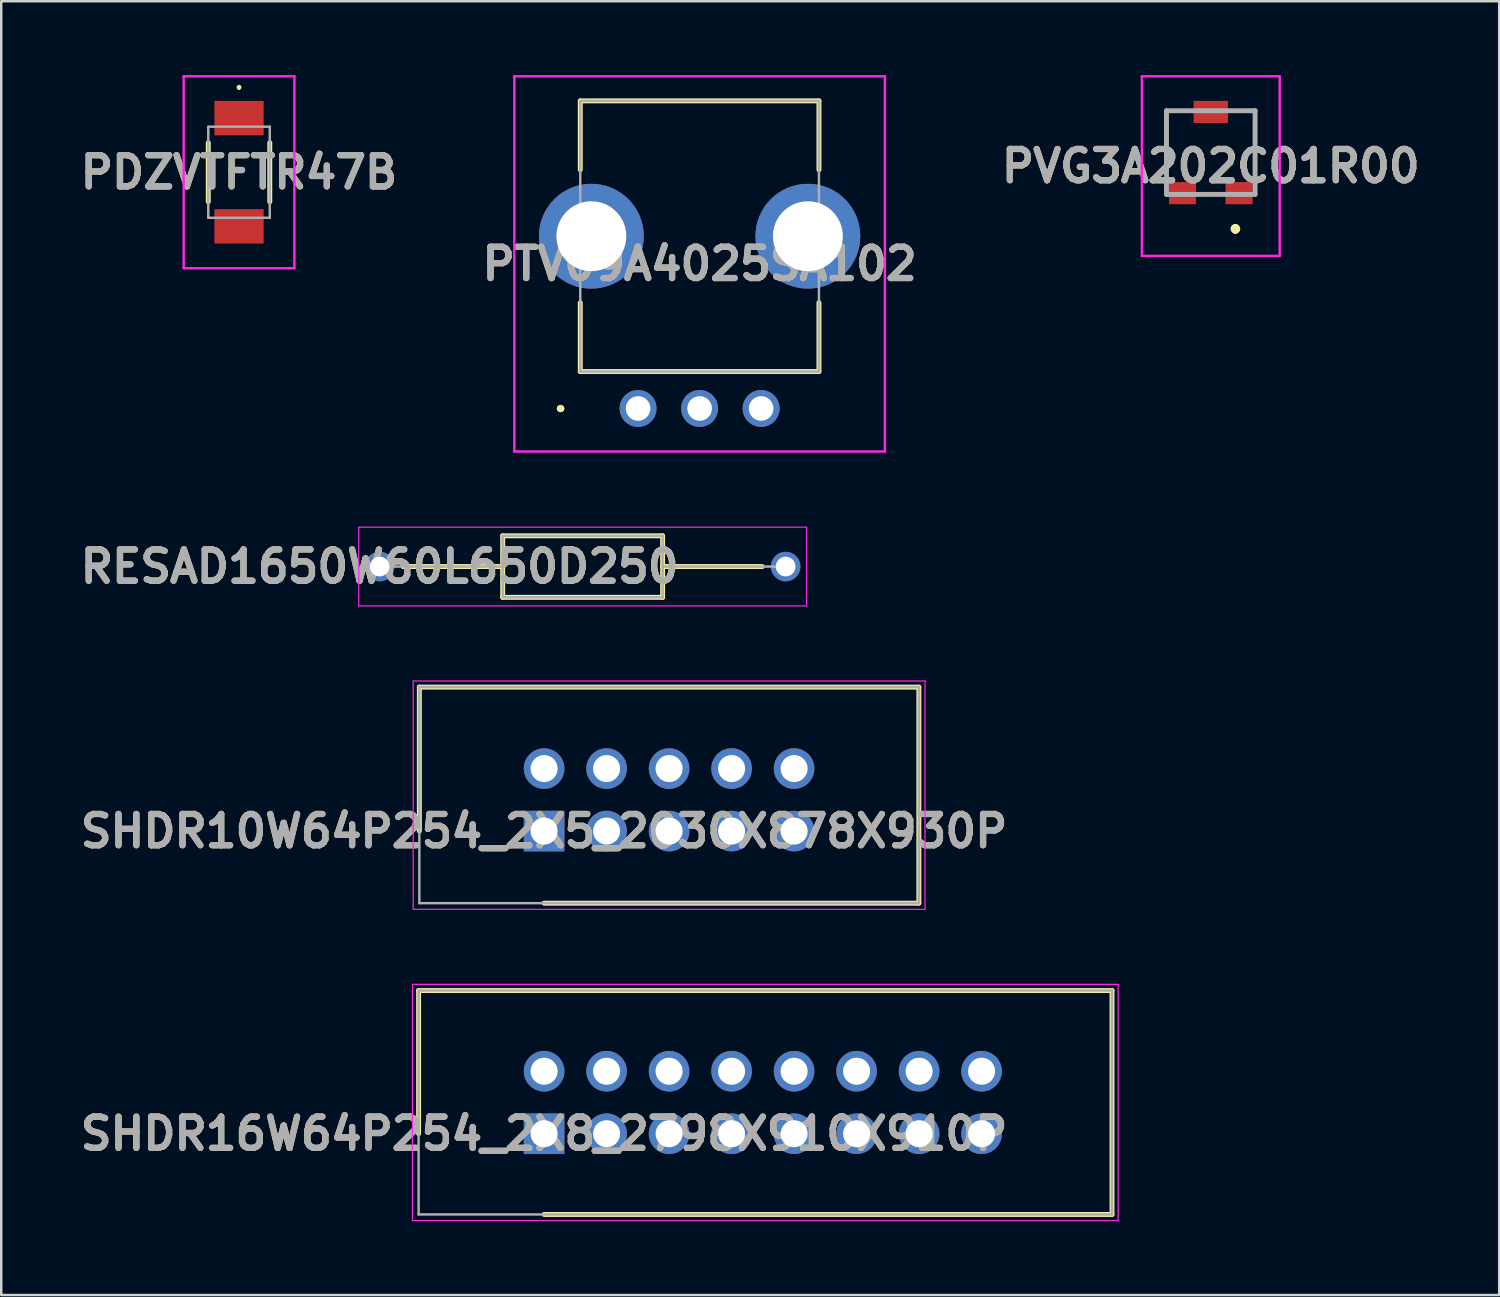
<source format=kicad_pcb>
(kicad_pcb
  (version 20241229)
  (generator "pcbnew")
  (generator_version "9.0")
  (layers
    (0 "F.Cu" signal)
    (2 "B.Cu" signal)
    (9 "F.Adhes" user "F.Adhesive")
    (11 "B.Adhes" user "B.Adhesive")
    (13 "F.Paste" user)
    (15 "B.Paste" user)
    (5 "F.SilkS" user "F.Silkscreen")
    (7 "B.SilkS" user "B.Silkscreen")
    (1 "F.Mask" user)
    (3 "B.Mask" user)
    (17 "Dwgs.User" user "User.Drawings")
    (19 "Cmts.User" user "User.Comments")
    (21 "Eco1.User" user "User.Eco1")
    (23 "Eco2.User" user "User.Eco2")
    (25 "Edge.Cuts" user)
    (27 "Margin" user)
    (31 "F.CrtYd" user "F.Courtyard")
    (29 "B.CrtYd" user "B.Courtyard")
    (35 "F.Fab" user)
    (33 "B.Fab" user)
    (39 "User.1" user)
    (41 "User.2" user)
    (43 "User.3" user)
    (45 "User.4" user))
  (footprint "SHDR10W64P254_2X5_2030X878X930P"
    (layer "F.Cu")
    (at 19.062 30.725)
    (property "Reference" "SHDR10W64P254_2X5_2030X878X930P" (at 0 0 0) (layer "F.SilkS") (effects (font (size 1.27 1.27) (thickness 0.254))))
    (attr through_hole)
    (fp_line (start -5.07 -5.85) (end -5.07 0) (stroke (width 0.2) (type solid)) (layer "F.SilkS"))
    (fp_line (start 0 2.93) (end 15.23 2.93) (stroke (width 0.2) (type solid)) (layer "F.SilkS"))
    (fp_line (start 15.23 -5.85) (end -5.07 -5.85) (stroke (width 0.2) (type solid)) (layer "F.SilkS"))
    (fp_line (start 15.23 2.93) (end 15.23 -5.85) (stroke (width 0.2) (type solid)) (layer "F.SilkS"))
    (fp_line (start -5.32 -6.1) (end 15.48 -6.1) (stroke (width 0.05) (type solid)) (layer "F.CrtYd"))
    (fp_line (start -5.32 3.18) (end -5.32 -6.1) (stroke (width 0.05) (type solid)) (layer "F.CrtYd"))
    (fp_line (start 15.48 -6.1) (end 15.48 3.18) (stroke (width 0.05) (type solid)) (layer "F.CrtYd"))
    (fp_line (start 15.48 3.18) (end -5.32 3.18) (stroke (width 0.05) (type solid)) (layer "F.CrtYd"))
    (fp_line (start -5.07 -5.85) (end 15.23 -5.85) (stroke (width 0.1) (type solid)) (layer "F.Fab"))
    (fp_line (start -5.07 2.93) (end -5.07 -5.85) (stroke (width 0.1) (type solid)) (layer "F.Fab"))
    (fp_line (start 15.23 -5.85) (end 15.23 2.93) (stroke (width 0.1) (type solid)) (layer "F.Fab"))
    (fp_line (start 15.23 2.93) (end -5.07 2.93) (stroke (width 0.1) (type solid)) (layer "F.Fab"))
    (fp_text user "${REFERENCE}" (at 0 0 0) (layer "F.Fab") (effects (font (size 1.27 1.27) (thickness 0.254))))
    (pad "1" thru_hole rect (at 0 0) (size 1.65 1.65) (drill 1.1) (layers "*.Cu" "*.Mask"))
    (pad "2" thru_hole circle (at 0 -2.54) (size 1.65 1.65) (drill 1.1) (layers "*.Cu" "*.Mask"))
    (pad "3" thru_hole circle (at 2.54 0) (size 1.65 1.65) (drill 1.1) (layers "*.Cu" "*.Mask"))
    (pad "4" thru_hole circle (at 2.54 -2.54) (size 1.65 1.65) (drill 1.1) (layers "*.Cu" "*.Mask"))
    (pad "5" thru_hole circle (at 5.08 0) (size 1.65 1.65) (drill 1.1) (layers "*.Cu" "*.Mask"))
    (pad "6" thru_hole circle (at 5.08 -2.54) (size 1.65 1.65) (drill 1.1) (layers "*.Cu" "*.Mask"))
    (pad "7" thru_hole circle (at 7.62 0) (size 1.65 1.65) (drill 1.1) (layers "*.Cu" "*.Mask"))
    (pad "8" thru_hole circle (at 7.62 -2.54) (size 1.65 1.65) (drill 1.1) (layers "*.Cu" "*.Mask"))
    (pad "9" thru_hole circle (at 10.16 0) (size 1.65 1.65) (drill 1.1) (layers "*.Cu" "*.Mask"))
    (pad "10" thru_hole circle (at 10.16 -2.54) (size 1.65 1.65) (drill 1.1) (layers "*.Cu" "*.Mask")))
  (footprint "PVG3A202C01R00"
    (layer "F.Cu")
    (at 46.156 3.15)
    (property "Reference" "PVG3A202C01R00" (at 0 0.55 0) (layer "F.SilkS") (effects (font (size 1.27 1.27) (thickness 0.254))))
    (attr smd)
    (fp_line (start -1.8 -1.7) (end -1.8 1) (stroke (width 0.1) (type solid)) (layer "F.SilkS"))
    (fp_line (start 1 3) (end 1 3) (stroke (width 0.2) (type solid)) (layer "F.SilkS"))
    (fp_line (start 1 3.2) (end 1 3.2) (stroke (width 0.2) (type solid)) (layer "F.SilkS"))
    (fp_line (start 1.8 -1.65) (end 1.8 1) (stroke (width 0.1) (type solid)) (layer "F.SilkS"))
    (fp_arc (start 1 3) (mid 1.1 3.1) (end 1 3.2) (stroke (width 0.2) (type solid)) (layer "F.SilkS"))
    (fp_arc (start 1 3.2) (mid 0.9 3.1) (end 1 3) (stroke (width 0.2) (type solid)) (layer "F.SilkS"))
    (fp_line (start -2.8 -3.1) (end 2.8 -3.1) (stroke (width 0.1) (type solid)) (layer "F.CrtYd"))
    (fp_line (start -2.8 4.2) (end -2.8 -3.1) (stroke (width 0.1) (type solid)) (layer "F.CrtYd"))
    (fp_line (start 2.8 -3.1) (end 2.8 4.2) (stroke (width 0.1) (type solid)) (layer "F.CrtYd"))
    (fp_line (start 2.8 4.2) (end -2.8 4.2) (stroke (width 0.1) (type solid)) (layer "F.CrtYd"))
    (fp_line (start -1.8 -1.7) (end 1.8 -1.7) (stroke (width 0.2) (type solid)) (layer "F.Fab"))
    (fp_line (start -1.8 1.7) (end -1.8 -1.7) (stroke (width 0.2) (type solid)) (layer "F.Fab"))
    (fp_line (start 1.8 -1.7) (end 1.8 1.7) (stroke (width 0.2) (type solid)) (layer "F.Fab"))
    (fp_line (start 1.8 1.7) (end -1.8 1.7) (stroke (width 0.2) (type solid)) (layer "F.Fab"))
    (fp_text user "${REFERENCE}" (at 0 0.55 0) (layer "F.Fab") (effects (font (size 1.27 1.27) (thickness 0.254))))
    (pad "1" smd rect (at 1.15 1.65 90) (size 0.9 1.1) (layers "F.Cu" "F.Mask" "F.Paste"))
    (pad "2" smd rect (at 0 -1.65 90) (size 0.9 1.4) (layers "F.Cu" "F.Mask" "F.Paste"))
    (pad "3" smd rect (at -1.15 1.65 90) (size 0.9 1.1) (layers "F.Cu" "F.Mask" "F.Paste")))
  (footprint "PDZVTFTR47B"
    (layer "F.Cu")
    (at 6.664 3.95)
    (property "Reference" "PDZVTFTR47B" (at 0 0 0) (layer "F.SilkS") (effects (font (size 1.27 1.27) (thickness 0.254))))
    (attr smd)
    (fp_line (start -1.25 -1.2) (end -1.25 1.2) (stroke (width 0.2) (type solid)) (layer "F.SilkS"))
    (fp_line (start 0 -3.5) (end 0 -3.5) (stroke (width 0.1) (type solid)) (layer "F.SilkS"))
    (fp_line (start 0 -3.4) (end 0 -3.4) (stroke (width 0.1) (type solid)) (layer "F.SilkS"))
    (fp_line (start 1.25 -1.2) (end 1.25 1.2) (stroke (width 0.2) (type solid)) (layer "F.SilkS"))
    (fp_arc (start 0 -3.5) (mid 0.05 -3.45) (end 0 -3.4) (stroke (width 0.1) (type solid)) (layer "F.SilkS"))
    (fp_arc (start 0 -3.4) (mid -0.05 -3.45) (end 0 -3.5) (stroke (width 0.1) (type solid)) (layer "F.SilkS"))
    (fp_line (start -2.25 -3.9) (end 2.25 -3.9) (stroke (width 0.1) (type solid)) (layer "F.CrtYd"))
    (fp_line (start -2.25 3.9) (end -2.25 -3.9) (stroke (width 0.1) (type solid)) (layer "F.CrtYd"))
    (fp_line (start 2.25 -3.9) (end 2.25 3.9) (stroke (width 0.1) (type solid)) (layer "F.CrtYd"))
    (fp_line (start 2.25 3.9) (end -2.25 3.9) (stroke (width 0.1) (type solid)) (layer "F.CrtYd"))
    (fp_line (start -1.25 -1.85) (end -1.25 1.85) (stroke (width 0.1) (type solid)) (layer "F.Fab"))
    (fp_line (start -1.25 1.85) (end 1.25 1.85) (stroke (width 0.1) (type solid)) (layer "F.Fab"))
    (fp_line (start 1.25 -1.85) (end -1.25 -1.85) (stroke (width 0.1) (type solid)) (layer "F.Fab"))
    (fp_line (start 1.25 1.85) (end 1.25 -1.85) (stroke (width 0.1) (type solid)) (layer "F.Fab"))
    (fp_text user "${REFERENCE}" (at 0 0 0) (layer "F.Fab") (effects (font (size 1.27 1.27) (thickness 0.254))))
    (pad "1" smd rect (at 0 -2.2 90) (size 1.4 2) (layers "F.Cu" "F.Mask" "F.Paste"))
    (pad "2" smd rect (at 0 2.2 90) (size 1.4 2) (layers "F.Cu" "F.Mask" "F.Paste")))
  (footprint "RESAD1650W60L650D250"
    (layer "F.Cu")
    (at 12.379 19.975)
    (property "Reference" "RESAD1650W60L650D250" (at 0 0 0) (layer "F.SilkS") (effects (font (size 1.27 1.27) (thickness 0.254))))
    (attr through_hole)
    (fp_line (start 0.95 0) (end 5 0) (stroke (width 0.2) (type solid)) (layer "F.SilkS"))
    (fp_line (start 5 -1.25) (end 11.5 -1.25) (stroke (width 0.2) (type solid)) (layer "F.SilkS"))
    (fp_line (start 5 1.25) (end 5 -1.25) (stroke (width 0.2) (type solid)) (layer "F.SilkS"))
    (fp_line (start 11.5 -1.25) (end 11.5 1.25) (stroke (width 0.2) (type solid)) (layer "F.SilkS"))
    (fp_line (start 11.5 0) (end 15.55 0) (stroke (width 0.2) (type solid)) (layer "F.SilkS"))
    (fp_line (start 11.5 1.25) (end 5 1.25) (stroke (width 0.2) (type solid)) (layer "F.SilkS"))
    (fp_line (start -0.85 -1.6) (end 17.35 -1.6) (stroke (width 0.05) (type solid)) (layer "F.CrtYd"))
    (fp_line (start -0.85 1.6) (end -0.85 -1.6) (stroke (width 0.05) (type solid)) (layer "F.CrtYd"))
    (fp_line (start 17.35 -1.6) (end 17.35 1.6) (stroke (width 0.05) (type solid)) (layer "F.CrtYd"))
    (fp_line (start 17.35 1.6) (end -0.85 1.6) (stroke (width 0.05) (type solid)) (layer "F.CrtYd"))
    (fp_line (start 0 0) (end 5 0) (stroke (width 0.1) (type solid)) (layer "F.Fab"))
    (fp_line (start 5 -1.25) (end 11.5 -1.25) (stroke (width 0.1) (type solid)) (layer "F.Fab"))
    (fp_line (start 5 1.25) (end 5 -1.25) (stroke (width 0.1) (type solid)) (layer "F.Fab"))
    (fp_line (start 11.5 -1.25) (end 11.5 1.25) (stroke (width 0.1) (type solid)) (layer "F.Fab"))
    (fp_line (start 11.5 0) (end 16.5 0) (stroke (width 0.1) (type solid)) (layer "F.Fab"))
    (fp_line (start 11.5 1.25) (end 5 1.25) (stroke (width 0.1) (type solid)) (layer "F.Fab"))
    (fp_text user "${REFERENCE}" (at 0 0 0) (layer "F.Fab") (effects (font (size 1.27 1.27) (thickness 0.254))))
    (pad "1" thru_hole circle (at 0 0) (size 1.2 1.2) (drill 0.8) (layers "*.Cu" "*.Mask"))
    (pad "2" thru_hole circle (at 16.5 0) (size 1.2 1.2) (drill 0.8) (layers "*.Cu" "*.Mask")))
  (footprint "PTV09A4025SA102"
    (layer "F.Cu")
    (at 22.882 13.55)
    (property "Reference" "PTV09A4025SA102" (at 2.5 -5.875 0) (layer "F.SilkS") (effects (font (size 1.27 1.27) (thickness 0.254))))
    (attr through_hole)
    (fp_line (start -3.2 0) (end -3.2 0) (stroke (width 0.2) (type solid)) (layer "F.SilkS"))
    (fp_line (start -3.2 0) (end -3.2 0) (stroke (width 0.2) (type solid)) (layer "F.SilkS"))
    (fp_line (start -3.1 0) (end -3.1 0) (stroke (width 0.2) (type solid)) (layer "F.SilkS"))
    (fp_line (start -2.35 -12.5) (end -2.35 -9.7) (stroke (width 0.2) (type solid)) (layer "F.SilkS"))
    (fp_line (start -2.35 -4.3) (end -2.35 -1.5) (stroke (width 0.2) (type solid)) (layer "F.SilkS"))
    (fp_line (start -2.35 -1.5) (end 7.35 -1.5) (stroke (width 0.2) (type solid)) (layer "F.SilkS"))
    (fp_line (start 7.35 -12.5) (end -2.35 -12.5) (stroke (width 0.2) (type solid)) (layer "F.SilkS"))
    (fp_line (start 7.35 -9.7) (end 7.35 -12.5) (stroke (width 0.2) (type solid)) (layer "F.SilkS"))
    (fp_line (start 7.35 -1.5) (end 7.35 -4.3) (stroke (width 0.2) (type solid)) (layer "F.SilkS"))
    (fp_arc (start -3.2 0) (mid -3.15 -0.05) (end -3.1 0) (stroke (width 0.2) (type solid)) (layer "F.SilkS"))
    (fp_arc (start -3.1 0) (mid -3.15 0.05) (end -3.2 0) (stroke (width 0.2) (type solid)) (layer "F.SilkS"))
    (fp_arc (start -3.1 0) (mid -3.15 0.05) (end -3.2 0) (stroke (width 0.2) (type solid)) (layer "F.SilkS"))
    (fp_line (start -5.03 -13.5) (end 10.03 -13.5) (stroke (width 0.1) (type solid)) (layer "F.CrtYd"))
    (fp_line (start -5.03 1.75) (end -5.03 -13.5) (stroke (width 0.1) (type solid)) (layer "F.CrtYd"))
    (fp_line (start 10.03 -13.5) (end 10.03 1.75) (stroke (width 0.1) (type solid)) (layer "F.CrtYd"))
    (fp_line (start 10.03 1.75) (end -5.03 1.75) (stroke (width 0.1) (type solid)) (layer "F.CrtYd"))
    (fp_line (start -2.35 -12.5) (end -2.35 -1.5) (stroke (width 0.1) (type solid)) (layer "F.Fab"))
    (fp_line (start -2.35 -1.5) (end 7.35 -1.5) (stroke (width 0.1) (type solid)) (layer "F.Fab"))
    (fp_line (start 7.35 -12.5) (end -2.35 -12.5) (stroke (width 0.1) (type solid)) (layer "F.Fab"))
    (fp_line (start 7.35 -1.5) (end 7.35 -12.5) (stroke (width 0.1) (type solid)) (layer "F.Fab"))
    (fp_text user "${REFERENCE}" (at 2.5 -5.875 0) (layer "F.Fab") (effects (font (size 1.27 1.27) (thickness 0.254))))
    (pad "1" thru_hole circle (at 0 0) (size 1.5 1.5) (drill 1) (layers "*.Cu" "*.Mask"))
    (pad "2" thru_hole circle (at 2.5 0) (size 1.5 1.5) (drill 1) (layers "*.Cu" "*.Mask"))
    (pad "3" thru_hole circle (at 5 0) (size 1.5 1.5) (drill 1) (layers "*.Cu" "*.Mask"))
    (pad "MH1" thru_hole circle (at -1.9 -7) (size 4.26 4.26) (drill 2.84) (layers "*.Cu" "*.Mask"))
    (pad "MH2" thru_hole circle (at 6.9 -7) (size 4.26 4.26) (drill 2.84) (layers "*.Cu" "*.Mask")))
  (footprint "SHDR16W64P254_2X8_2798X910X910P"
    (layer "F.Cu")
    (at 19.062 43.025)
    (property "Reference" "SHDR16W64P254_2X8_2798X910X910P" (at 0 0 0) (layer "F.SilkS") (effects (font (size 1.27 1.27) (thickness 0.254))))
    (attr through_hole)
    (fp_line (start -5.1 -5.82) (end -5.1 0) (stroke (width 0.2) (type solid)) (layer "F.SilkS"))
    (fp_line (start 0 3.28) (end 23.08 3.28) (stroke (width 0.2) (type solid)) (layer "F.SilkS"))
    (fp_line (start 23.08 -5.82) (end -5.1 -5.82) (stroke (width 0.2) (type solid)) (layer "F.SilkS"))
    (fp_line (start 23.08 3.28) (end 23.08 -5.82) (stroke (width 0.2) (type solid)) (layer "F.SilkS"))
    (fp_line (start -5.35 -6.07) (end 23.33 -6.07) (stroke (width 0.05) (type solid)) (layer "F.CrtYd"))
    (fp_line (start -5.35 3.53) (end -5.35 -6.07) (stroke (width 0.05) (type solid)) (layer "F.CrtYd"))
    (fp_line (start 23.33 -6.07) (end 23.33 3.53) (stroke (width 0.05) (type solid)) (layer "F.CrtYd"))
    (fp_line (start 23.33 3.53) (end -5.35 3.53) (stroke (width 0.05) (type solid)) (layer "F.CrtYd"))
    (fp_line (start -5.1 -5.82) (end 23.08 -5.82) (stroke (width 0.1) (type solid)) (layer "F.Fab"))
    (fp_line (start -5.1 3.28) (end -5.1 -5.82) (stroke (width 0.1) (type solid)) (layer "F.Fab"))
    (fp_line (start 23.08 -5.82) (end 23.08 3.28) (stroke (width 0.1) (type solid)) (layer "F.Fab"))
    (fp_line (start 23.08 3.28) (end -5.1 3.28) (stroke (width 0.1) (type solid)) (layer "F.Fab"))
    (fp_text user "${REFERENCE}" (at 0 0 0) (layer "F.Fab") (effects (font (size 1.27 1.27) (thickness 0.254))))
    (pad "1" thru_hole rect (at 0 0) (size 1.65 1.65) (drill 1.1) (layers "*.Cu" "*.Mask"))
    (pad "2" thru_hole circle (at 0 -2.54) (size 1.65 1.65) (drill 1.1) (layers "*.Cu" "*.Mask"))
    (pad "3" thru_hole circle (at 2.54 0) (size 1.65 1.65) (drill 1.1) (layers "*.Cu" "*.Mask"))
    (pad "4" thru_hole circle (at 2.54 -2.54) (size 1.65 1.65) (drill 1.1) (layers "*.Cu" "*.Mask"))
    (pad "5" thru_hole circle (at 5.08 0) (size 1.65 1.65) (drill 1.1) (layers "*.Cu" "*.Mask"))
    (pad "6" thru_hole circle (at 5.08 -2.54) (size 1.65 1.65) (drill 1.1) (layers "*.Cu" "*.Mask"))
    (pad "7" thru_hole circle (at 7.62 0) (size 1.65 1.65) (drill 1.1) (layers "*.Cu" "*.Mask"))
    (pad "8" thru_hole circle (at 7.62 -2.54) (size 1.65 1.65) (drill 1.1) (layers "*.Cu" "*.Mask"))
    (pad "9" thru_hole circle (at 10.16 0) (size 1.65 1.65) (drill 1.1) (layers "*.Cu" "*.Mask"))
    (pad "10" thru_hole circle (at 10.16 -2.54) (size 1.65 1.65) (drill 1.1) (layers "*.Cu" "*.Mask"))
    (pad "11" thru_hole circle (at 12.7 0) (size 1.65 1.65) (drill 1.1) (layers "*.Cu" "*.Mask"))
    (pad "12" thru_hole circle (at 12.7 -2.54) (size 1.65 1.65) (drill 1.1) (layers "*.Cu" "*.Mask"))
    (pad "13" thru_hole circle (at 15.24 0) (size 1.65 1.65) (drill 1.1) (layers "*.Cu" "*.Mask"))
    (pad "14" thru_hole circle (at 15.24 -2.54) (size 1.65 1.65) (drill 1.1) (layers "*.Cu" "*.Mask"))
    (pad "15" thru_hole circle (at 17.78 0) (size 1.65 1.65) (drill 1.1) (layers "*.Cu" "*.Mask"))
    (pad "16" thru_hole circle (at 17.78 -2.54) (size 1.65 1.65) (drill 1.1) (layers "*.Cu" "*.Mask")))
  (gr_rect
    (start -3 -3)
    (end 57.877 49.58)
    (stroke (width 0.1) (type default))
    (fill no)
    (layer "Edge.Cuts")))
</source>
